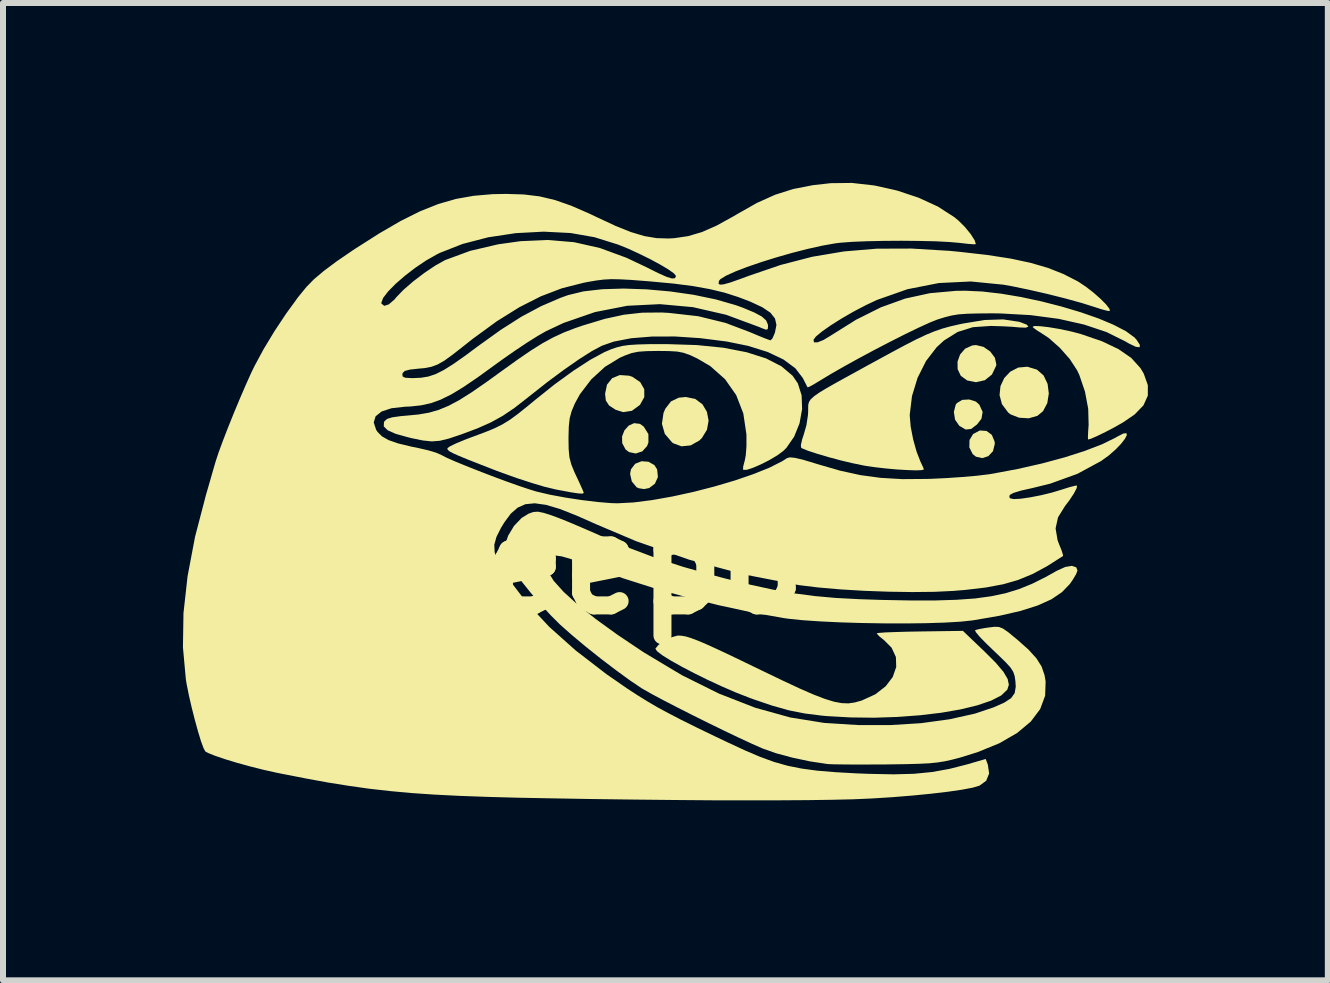
<source format=kicad_pcb>
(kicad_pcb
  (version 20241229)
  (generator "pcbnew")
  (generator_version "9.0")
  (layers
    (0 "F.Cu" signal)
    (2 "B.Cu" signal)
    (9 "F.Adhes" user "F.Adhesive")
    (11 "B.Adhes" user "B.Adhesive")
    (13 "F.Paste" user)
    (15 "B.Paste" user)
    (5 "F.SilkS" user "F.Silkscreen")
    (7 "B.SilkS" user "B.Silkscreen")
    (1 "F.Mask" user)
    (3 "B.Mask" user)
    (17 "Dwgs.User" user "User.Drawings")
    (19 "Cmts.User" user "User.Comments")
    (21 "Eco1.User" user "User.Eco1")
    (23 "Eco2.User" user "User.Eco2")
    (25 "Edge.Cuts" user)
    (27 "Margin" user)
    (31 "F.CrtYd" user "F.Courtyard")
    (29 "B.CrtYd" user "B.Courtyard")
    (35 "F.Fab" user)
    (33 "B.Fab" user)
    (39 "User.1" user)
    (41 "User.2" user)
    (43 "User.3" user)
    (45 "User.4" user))
  (footprint "Peepo"
    (layer "F.Cu")
    (at 6.959 6.365)
    (property "Reference" "Peepo" (at 0 0 0) (layer "F.SilkS") (effects (font (size 1.5 1.5) (thickness 0.3))))
    (attr board_only exclude_from_pos_files exclude_from_bom)
    (fp_poly (pts (xy 6.438 -2.23) (xy 6.527 -2.165) (xy 6.574 -2.052) (xy 6.576 -2.012) (xy 6.546 -1.892) (xy 6.469 -1.81) (xy 6.368 -1.777) (xy 6.262 -1.801) (xy 6.208 -1.844) (xy 6.152 -1.956) (xy 6.155 -2.079) (xy 6.215 -2.179) (xy 6.327 -2.238)) (stroke (width 0) (type solid)) (fill yes) (layer "F.SilkS"))
    (fp_poly (pts (xy 0.661 -2.348) (xy 0.723 -2.303) (xy 0.801 -2.178) (xy 0.802 -2.039) (xy 0.78 -1.979) (xy 0.7 -1.89) (xy 0.59 -1.854) (xy 0.478 -1.878) (xy 0.421 -1.921) (xy 0.365 -2.026) (xy 0.362 -2.137) (xy 0.402 -2.24) (xy 0.473 -2.319) (xy 0.563 -2.36)) (stroke (width 0) (type solid)) (fill yes) (layer "F.SilkS"))
    (fp_poly (pts (xy 0.802 -1.717) (xy 0.901 -1.661) (xy 0.947 -1.589) (xy 0.96 -1.462) (xy 0.91 -1.351) (xy 0.814 -1.278) (xy 0.729 -1.261) (xy 0.641 -1.275) (xy 0.606 -1.29) (xy 0.525 -1.387) (xy 0.496 -1.514) (xy 0.511 -1.591) (xy 0.581 -1.683) (xy 0.687 -1.725)) (stroke (width 0) (type solid)) (fill yes) (layer "F.SilkS"))
    (fp_poly (pts (xy 6.261 -2.72) (xy 6.318 -2.669) (xy 6.374 -2.547) (xy 6.354 -2.434) (xy 6.283 -2.341) (xy 6.182 -2.263) (xy 6.091 -2.254) (xy 5.989 -2.313) (xy 5.984 -2.317) (xy 5.914 -2.418) (xy 5.894 -2.547) (xy 5.925 -2.668) (xy 5.945 -2.695) (xy 6.033 -2.748) (xy 6.15 -2.755)) (stroke (width 0) (type solid)) (fill yes) (layer "F.SilkS"))
    (fp_poly (pts (xy 0.48 -3.151) (xy 0.535 -3.132) (xy 0.665 -3.044) (xy 0.732 -2.926) (xy 0.733 -2.795) (xy 0.662 -2.667) (xy 0.66 -2.664) (xy 0.526 -2.566) (xy 0.379 -2.544) (xy 0.255 -2.583) (xy 0.145 -2.655) (xy 0.092 -2.737) (xy 0.079 -2.848) (xy 0.111 -3.002) (xy 0.197 -3.11) (xy 0.325 -3.162)) (stroke (width 0) (type solid)) (fill yes) (layer "F.SilkS"))
    (fp_poly (pts (xy 6.388 -3.632) (xy 6.5 -3.555) (xy 6.578 -3.451) (xy 6.602 -3.34) (xy 6.599 -3.317) (xy 6.529 -3.171) (xy 6.411 -3.076) (xy 6.262 -3.043) (xy 6.116 -3.072) (xy 6.01 -3.149) (xy 5.957 -3.26) (xy 5.955 -3.385) (xy 5.998 -3.505) (xy 6.082 -3.602) (xy 6.202 -3.656) (xy 6.263 -3.662)) (stroke (width 0) (type solid)) (fill yes) (layer "F.SilkS"))
    (fp_poly (pts (xy 1.583 -2.763) (xy 1.702 -2.675) (xy 1.777 -2.549) (xy 1.805 -2.402) (xy 1.778 -2.251) (xy 1.693 -2.112) (xy 1.65 -2.07) (xy 1.505 -1.989) (xy 1.353 -1.974) (xy 1.215 -2.025) (xy 1.196 -2.039) (xy 1.075 -2.181) (xy 1.027 -2.349) (xy 1.053 -2.529) (xy 1.083 -2.6) (xy 1.178 -2.723) (xy 1.308 -2.785) (xy 1.426 -2.796)) (stroke (width 0) (type solid)) (fill yes) (layer "F.SilkS"))
    (fp_poly (pts (xy 7.28 -3.252) (xy 7.391 -3.154) (xy 7.457 -3.014) (xy 7.477 -2.854) (xy 7.452 -2.695) (xy 7.381 -2.56) (xy 7.287 -2.482) (xy 7.142 -2.441) (xy 6.98 -2.451) (xy 6.838 -2.507) (xy 6.8 -2.537) (xy 6.696 -2.676) (xy 6.656 -2.827) (xy 6.671 -2.977) (xy 6.734 -3.112) (xy 6.835 -3.219) (xy 6.967 -3.287) (xy 7.119 -3.301)) (stroke (width 0) (type solid)) (fill yes) (layer "F.SilkS"))
    (fp_poly (pts (xy 7.337 -3.976) (xy 7.475 -3.96) (xy 7.638 -3.933) (xy 7.809 -3.898) (xy 7.972 -3.857) (xy 8.014 -3.845) (xy 8.364 -3.725) (xy 8.641 -3.593) (xy 8.853 -3.446) (xy 9.004 -3.279) (xy 9.059 -3.188) (xy 9.128 -2.994) (xy 9.128 -2.819) (xy 9.055 -2.657) (xy 8.907 -2.504) (xy 8.718 -2.375) (xy 8.573 -2.292) (xy 8.422 -2.213) (xy 8.286 -2.147) (xy 8.182 -2.101) (xy 8.132 -2.087) (xy 8.129 -2.123) (xy 8.133 -2.216) (xy 8.141 -2.333) (xy 8.134 -2.599) (xy 8.08 -2.886) (xy 7.987 -3.16) (xy 7.949 -3.241) (xy 7.827 -3.428) (xy 7.661 -3.616) (xy 7.478 -3.778) (xy 7.376 -3.846) (xy 7.279 -3.907) (xy 7.217 -3.953) (xy 7.207 -3.967) (xy 7.242 -3.98)) (stroke (width 0) (type solid)) (fill yes) (layer "F.SilkS"))
    (fp_poly (pts (xy 6.976 -4.051) (xy 7.006 -4.042) (xy 7.11 -4.002) (xy 7.137 -3.969) (xy 7.092 -3.952) (xy 6.979 -3.956) (xy 6.966 -3.958) (xy 6.862 -3.967) (xy 6.709 -3.975) (xy 6.538 -3.98) (xy 6.511 -3.981) (xy 6.211 -3.96) (xy 5.956 -3.88) (xy 5.728 -3.737) (xy 5.608 -3.627) (xy 5.43 -3.396) (xy 5.289 -3.116) (xy 5.196 -2.811) (xy 5.159 -2.505) (xy 5.159 -2.481) (xy 5.174 -2.302) (xy 5.215 -2.091) (xy 5.273 -1.883) (xy 5.338 -1.717) (xy 5.338 -1.717) (xy 5.377 -1.634) (xy 5.395 -1.59) (xy 5.395 -1.589) (xy 5.359 -1.577) (xy 5.26 -1.573) (xy 5.117 -1.578) (xy 4.943 -1.588) (xy 4.757 -1.605) (xy 4.574 -1.626) (xy 4.411 -1.65) (xy 4.391 -1.654) (xy 4.21 -1.691) (xy 4.008 -1.739) (xy 3.803 -1.794) (xy 3.614 -1.85) (xy 3.461 -1.9) (xy 3.362 -1.941) (xy 3.349 -1.948) (xy 3.343 -1.993) (xy 3.364 -2.087) (xy 3.39 -2.166) (xy 3.436 -2.326) (xy 3.462 -2.498) (xy 3.465 -2.56) (xy 3.465 -2.621) (xy 3.467 -2.671) (xy 3.48 -2.716) (xy 3.51 -2.76) (xy 3.565 -2.81) (xy 3.651 -2.87) (xy 3.776 -2.946) (xy 3.946 -3.042) (xy 4.169 -3.165) (xy 4.451 -3.32) (xy 4.548 -3.373) (xy 4.842 -3.533) (xy 5.079 -3.66) (xy 5.272 -3.759) (xy 5.431 -3.834) (xy 5.57 -3.891) (xy 5.7 -3.936) (xy 5.833 -3.973) (xy 5.981 -4.007) (xy 6.042 -4.02) (xy 6.406 -4.08) (xy 6.715 -4.09)) (stroke (width 0) (type solid)) (fill yes) (layer "F.SilkS"))
    (fp_poly (pts (xy 6.406 1.448) (xy 6.593 1.635) (xy 6.72 1.785) (xy 6.791 1.905) (xy 6.811 2.002) (xy 6.785 2.083) (xy 6.685 2.179) (xy 6.516 2.266) (xy 6.287 2.344) (xy 6.007 2.412) (xy 5.685 2.468) (xy 5.331 2.51) (xy 4.954 2.538) (xy 4.564 2.551) (xy 4.168 2.546) (xy 3.777 2.524) (xy 3.69 2.516) (xy 3.412 2.481) (xy 3.148 2.429) (xy 2.873 2.352) (xy 2.56 2.246) (xy 2.481 2.217) (xy 2.261 2.131) (xy 2.028 2.03) (xy 1.792 1.921) (xy 1.564 1.808) (xy 1.355 1.699) (xy 1.175 1.598) (xy 1.035 1.511) (xy 0.946 1.443) (xy 0.918 1.4) (xy 0.918 1.399) (xy 0.969 1.337) (xy 1.066 1.269) (xy 1.18 1.212) (xy 1.282 1.183) (xy 1.3 1.181) (xy 1.36 1.185) (xy 1.427 1.197) (xy 1.512 1.223) (xy 1.621 1.264) (xy 1.763 1.324) (xy 1.946 1.407) (xy 2.178 1.516) (xy 2.466 1.655) (xy 2.698 1.767) (xy 3.041 1.932) (xy 3.324 2.064) (xy 3.555 2.165) (xy 3.743 2.237) (xy 3.896 2.284) (xy 4.024 2.308) (xy 4.136 2.312) (xy 4.24 2.297) (xy 4.346 2.268) (xy 4.361 2.263) (xy 4.586 2.16) (xy 4.758 2.026) (xy 4.875 1.872) (xy 4.933 1.706) (xy 4.928 1.54) (xy 4.856 1.384) (xy 4.729 1.257) (xy 4.651 1.194) (xy 4.61 1.15) (xy 4.608 1.144) (xy 4.645 1.137) (xy 4.749 1.129) (xy 4.907 1.123) (xy 5.107 1.117) (xy 5.326 1.113) (xy 6.045 1.103)) (stroke (width 0) (type solid)) (fill yes) (layer "F.SilkS"))
    (fp_poly (pts (xy 1.608 -3.662) (xy 2.055 -3.617) (xy 2.441 -3.542) (xy 2.764 -3.439) (xy 3.019 -3.308) (xy 3.205 -3.151) (xy 3.293 -3.023) (xy 3.356 -2.823) (xy 3.364 -2.594) (xy 3.321 -2.357) (xy 3.231 -2.134) (xy 3.101 -1.947) (xy 3.049 -1.896) (xy 2.95 -1.823) (xy 2.821 -1.746) (xy 2.682 -1.675) (xy 2.55 -1.618) (xy 2.445 -1.583) (xy 2.385 -1.581) (xy 2.381 -1.583) (xy 2.38 -1.629) (xy 2.402 -1.716) (xy 2.406 -1.727) (xy 2.425 -1.826) (xy 2.436 -1.974) (xy 2.436 -2.143) (xy 2.435 -2.176) (xy 2.384 -2.521) (xy 2.265 -2.828) (xy 2.08 -3.092) (xy 1.833 -3.311) (xy 1.62 -3.436) (xy 1.493 -3.496) (xy 1.388 -3.533) (xy 1.279 -3.554) (xy 1.141 -3.562) (xy 0.966 -3.564) (xy 0.773 -3.561) (xy 0.633 -3.551) (xy 0.52 -3.528) (xy 0.408 -3.487) (xy 0.326 -3.451) (xy 0.077 -3.299) (xy -0.152 -3.089) (xy -0.341 -2.841) (xy -0.425 -2.688) (xy -0.479 -2.559) (xy -0.511 -2.441) (xy -0.526 -2.303) (xy -0.531 -2.117) (xy -0.531 -2.107) (xy -0.528 -1.925) (xy -0.515 -1.79) (xy -0.485 -1.674) (xy -0.433 -1.546) (xy -0.403 -1.482) (xy -0.342 -1.351) (xy -0.297 -1.251) (xy -0.276 -1.199) (xy -0.276 -1.197) (xy -0.298 -1.185) (xy -0.371 -1.189) (xy -0.503 -1.209) (xy -0.7 -1.246) (xy -0.768 -1.26) (xy -0.932 -1.3) (xy -1.146 -1.364) (xy -1.386 -1.442) (xy -1.63 -1.529) (xy -1.733 -1.567) (xy -2.002 -1.672) (xy -2.206 -1.752) (xy -2.354 -1.813) (xy -2.453 -1.857) (xy -2.514 -1.89) (xy -2.543 -1.914) (xy -2.55 -1.935) (xy -2.548 -1.944) (xy -2.508 -1.973) (xy -2.409 -2.021) (xy -2.268 -2.08) (xy -2.144 -2.127) (xy -1.932 -2.206) (xy -1.767 -2.273) (xy -1.632 -2.34) (xy -1.505 -2.418) (xy -1.368 -2.519) (xy -1.2 -2.654) (xy -1.097 -2.739) (xy -0.763 -3.006) (xy -0.452 -3.232) (xy -0.172 -3.414) (xy 0.068 -3.544) (xy 0.185 -3.594) (xy 0.278 -3.625) (xy 0.372 -3.648) (xy 0.481 -3.663) (xy 0.621 -3.672) (xy 0.807 -3.677) (xy 1.054 -3.678) (xy 1.103 -3.678)) (stroke (width 0) (type solid)) (fill yes) (layer "F.SilkS"))
    (fp_poly (pts (xy -0.942 -0.864) (xy -0.817 -0.824) (xy -0.692 -0.778) (xy -0.516 -0.707) (xy -0.309 -0.619) (xy -0.09 -0.524) (xy -0.007 -0.487) (xy 0.447 -0.292) (xy 0.901 -0.121) (xy 1.379 0.035) (xy 1.904 0.183) (xy 2.087 0.231) (xy 2.508 0.335) (xy 2.881 0.416) (xy 3.226 0.477) (xy 3.567 0.522) (xy 3.924 0.554) (xy 4.321 0.575) (xy 4.686 0.587) (xy 5.169 0.596) (xy 5.583 0.596) (xy 5.938 0.585) (xy 6.246 0.563) (xy 6.516 0.526) (xy 6.758 0.475) (xy 6.982 0.406) (xy 7.199 0.318) (xy 7.418 0.209) (xy 7.609 0.102) (xy 7.75 0.038) (xy 7.862 0.019) (xy 7.935 0.044) (xy 7.955 0.098) (xy 7.932 0.158) (xy 7.875 0.253) (xy 7.827 0.322) (xy 7.697 0.457) (xy 7.522 0.576) (xy 7.294 0.679) (xy 7.008 0.77) (xy 6.656 0.851) (xy 6.233 0.924) (xy 6.201 0.929) (xy 6.003 0.95) (xy 5.742 0.965) (xy 5.432 0.975) (xy 5.087 0.979) (xy 4.723 0.978) (xy 4.355 0.972) (xy 3.996 0.961) (xy 3.663 0.945) (xy 3.369 0.925) (xy 3.13 0.9) (xy 3.052 0.889) (xy 2.526 0.795) (xy 1.976 0.676) (xy 1.422 0.538) (xy 0.884 0.387) (xy 0.384 0.228) (xy -0.059 0.067) (xy -0.066 0.064) (xy -0.317 -0.033) (xy -0.506 -0.1) (xy -0.644 -0.139) (xy -0.742 -0.152) (xy -0.81 -0.142) (xy -0.858 -0.111) (xy -0.858 -0.11) (xy -0.902 -0.015) (xy -0.875 0.111) (xy -0.779 0.267) (xy -0.613 0.452) (xy -0.38 0.664) (xy -0.08 0.903) (xy 0.285 1.167) (xy 0.714 1.455) (xy 0.73 1.465) (xy 1.358 1.841) (xy 1.976 2.148) (xy 2.58 2.384) (xy 3.167 2.547) (xy 3.734 2.638) (xy 3.738 2.638) (xy 4.292 2.673) (xy 4.832 2.674) (xy 5.346 2.642) (xy 5.822 2.577) (xy 6.247 2.482) (xy 6.557 2.378) (xy 6.735 2.299) (xy 6.848 2.225) (xy 6.908 2.141) (xy 6.926 2.034) (xy 6.92 1.94) (xy 6.908 1.857) (xy 6.884 1.786) (xy 6.839 1.715) (xy 6.761 1.629) (xy 6.641 1.512) (xy 6.557 1.432) (xy 6.427 1.307) (xy 6.325 1.202) (xy 6.262 1.126) (xy 6.247 1.093) (xy 6.247 1.092) (xy 6.303 1.076) (xy 6.409 1.056) (xy 6.479 1.046) (xy 6.574 1.035) (xy 6.646 1.038) (xy 6.714 1.065) (xy 6.799 1.124) (xy 6.919 1.223) (xy 6.951 1.249) (xy 7.14 1.417) (xy 7.271 1.562) (xy 7.357 1.698) (xy 7.406 1.841) (xy 7.424 1.947) (xy 7.416 2.184) (xy 7.333 2.407) (xy 7.176 2.616) (xy 6.948 2.806) (xy 6.652 2.977) (xy 6.29 3.125) (xy 5.997 3.216) (xy 5.862 3.251) (xy 5.741 3.278) (xy 5.62 3.297) (xy 5.483 3.311) (xy 5.316 3.319) (xy 5.103 3.325) (xy 4.829 3.329) (xy 4.765 3.33) (xy 4.506 3.331) (xy 4.265 3.332) (xy 4.057 3.33) (xy 3.896 3.328) (xy 3.796 3.324) (xy 3.78 3.322) (xy 3.495 3.279) (xy 3.203 3.217) (xy 2.932 3.144) (xy 2.71 3.066) (xy 2.698 3.061) (xy 2.526 2.985) (xy 2.31 2.885) (xy 2.063 2.767) (xy 1.801 2.639) (xy 1.535 2.507) (xy 1.281 2.378) (xy 1.052 2.26) (xy 0.861 2.158) (xy 0.723 2.08) (xy 0.687 2.059) (xy 0.493 1.928) (xy 0.261 1.759) (xy 0.009 1.567) (xy -0.242 1.367) (xy -0.473 1.174) (xy -0.665 1.004) (xy -0.679 0.991) (xy -0.832 0.838) (xy -0.994 0.662) (xy -1.156 0.474) (xy -1.306 0.287) (xy -1.434 0.115) (xy -1.532 -0.031) (xy -1.588 -0.137) (xy -1.596 -0.161) (xy -1.594 -0.315) (xy -1.537 -0.484) (xy -1.439 -0.647) (xy -1.312 -0.78) (xy -1.196 -0.851) (xy -1.115 -0.879) (xy -1.04 -0.884)) (stroke (width 0) (type solid)) (fill yes) (layer "F.SilkS"))
    (fp_poly (pts (xy 4.568 -6.323) (xy 4.944 -6.239) (xy 5.303 -6.12) (xy 5.628 -5.971) (xy 5.9 -5.796) (xy 5.968 -5.74) (xy 6.079 -5.63) (xy 6.175 -5.512) (xy 6.241 -5.408) (xy 6.261 -5.345) (xy 6.226 -5.342) (xy 6.132 -5.349) (xy 6 -5.364) (xy 5.996 -5.365) (xy 5.821 -5.38) (xy 5.589 -5.392) (xy 5.318 -5.398) (xy 5.026 -5.401) (xy 4.73 -5.399) (xy 4.448 -5.393) (xy 4.199 -5.383) (xy 4.001 -5.368) (xy 3.918 -5.358) (xy 3.698 -5.319) (xy 3.452 -5.264) (xy 3.191 -5.197) (xy 2.929 -5.122) (xy 2.677 -5.043) (xy 2.446 -4.964) (xy 2.249 -4.888) (xy 2.097 -4.819) (xy 2.003 -4.762) (xy 1.979 -4.734) (xy 1.97 -4.689) (xy 1.992 -4.669) (xy 2.055 -4.674) (xy 2.167 -4.705) (xy 2.337 -4.765) (xy 2.469 -4.814) (xy 3.007 -4.998) (xy 3.532 -5.134) (xy 4.061 -5.223) (xy 4.608 -5.269) (xy 5.189 -5.271) (xy 5.819 -5.233) (xy 5.995 -5.216) (xy 6.451 -5.164) (xy 6.84 -5.104) (xy 7.173 -5.033) (xy 7.461 -4.949) (xy 7.717 -4.848) (xy 7.951 -4.729) (xy 7.978 -4.713) (xy 8.096 -4.634) (xy 8.22 -4.538) (xy 8.336 -4.436) (xy 8.43 -4.342) (xy 8.487 -4.268) (xy 8.496 -4.23) (xy 8.453 -4.233) (xy 8.358 -4.258) (xy 8.247 -4.294) (xy 8.028 -4.363) (xy 7.756 -4.438) (xy 7.454 -4.514) (xy 7.147 -4.584) (xy 6.859 -4.644) (xy 6.716 -4.669) (xy 6.178 -4.722) (xy 5.644 -4.696) (xy 5.12 -4.593) (xy 4.611 -4.414) (xy 4.43 -4.329) (xy 4.222 -4.22) (xy 4.021 -4.104) (xy 3.842 -3.991) (xy 3.695 -3.888) (xy 3.594 -3.804) (xy 3.554 -3.751) (xy 3.562 -3.708) (xy 3.623 -3.708) (xy 3.721 -3.747) (xy 3.832 -3.814) (xy 4.265 -4.085) (xy 4.677 -4.291) (xy 5.082 -4.437) (xy 5.495 -4.527) (xy 5.93 -4.566) (xy 6.083 -4.568) (xy 6.367 -4.555) (xy 6.681 -4.519) (xy 7.014 -4.463) (xy 7.355 -4.39) (xy 7.691 -4.304) (xy 8.012 -4.208) (xy 8.305 -4.106) (xy 8.559 -3.999) (xy 8.763 -3.893) (xy 8.904 -3.79) (xy 8.939 -3.752) (xy 8.995 -3.665) (xy 8.991 -3.625) (xy 8.928 -3.633) (xy 8.811 -3.689) (xy 8.751 -3.724) (xy 8.441 -3.878) (xy 8.068 -4.003) (xy 7.642 -4.099) (xy 7.174 -4.161) (xy 6.676 -4.189) (xy 6.537 -4.191) (xy 6.296 -4.189) (xy 6.115 -4.184) (xy 5.975 -4.174) (xy 5.857 -4.155) (xy 5.743 -4.126) (xy 5.614 -4.086) (xy 5.612 -4.085) (xy 5.485 -4.034) (xy 5.304 -3.951) (xy 5.081 -3.843) (xy 4.832 -3.717) (xy 4.568 -3.58) (xy 4.305 -3.439) (xy 4.054 -3.3) (xy 3.831 -3.172) (xy 3.651 -3.063) (xy 3.548 -3.001) (xy 3.476 -2.963) (xy 3.454 -2.958) (xy 3.433 -3) (xy 3.39 -3.084) (xy 3.376 -3.112) (xy 3.251 -3.275) (xy 3.054 -3.421) (xy 2.791 -3.546) (xy 2.466 -3.648) (xy 2.107 -3.721) (xy 1.668 -3.777) (xy 1.249 -3.805) (xy 0.861 -3.804) (xy 0.516 -3.776) (xy 0.225 -3.72) (xy 0.027 -3.651) (xy -0.142 -3.561) (xy -0.357 -3.424) (xy -0.611 -3.247) (xy -0.891 -3.039) (xy -1.188 -2.805) (xy -1.219 -2.78) (xy -1.433 -2.613) (xy -1.627 -2.482) (xy -1.823 -2.374) (xy -2.047 -2.274) (xy -2.322 -2.171) (xy -2.34 -2.165) (xy -2.529 -2.102) (xy -2.677 -2.066) (xy -2.81 -2.056) (xy -2.956 -2.071) (xy -3.143 -2.109) (xy -3.204 -2.124) (xy -3.413 -2.182) (xy -3.547 -2.242) (xy -3.611 -2.307) (xy -3.607 -2.377) (xy -3.598 -2.393) (xy -3.555 -2.431) (xy -3.47 -2.457) (xy -3.329 -2.477) (xy -3.225 -2.486) (xy -3.03 -2.505) (xy -2.856 -2.535) (xy -2.693 -2.582) (xy -2.527 -2.651) (xy -2.346 -2.748) (xy -2.139 -2.879) (xy -1.892 -3.05) (xy -1.657 -3.22) (xy -1.384 -3.416) (xy -1.158 -3.571) (xy -0.963 -3.693) (xy -0.785 -3.79) (xy -0.608 -3.872) (xy -0.418 -3.945) (xy -0.283 -3.991) (xy 0.075 -4.099) (xy 0.393 -4.168) (xy 0.699 -4.202) (xy 1.02 -4.205) (xy 1.147 -4.198) (xy 1.632 -4.143) (xy 2.085 -4.032) (xy 2.488 -3.88) (xy 2.635 -3.818) (xy 2.754 -3.77) (xy 2.826 -3.744) (xy 2.839 -3.741) (xy 2.87 -3.774) (xy 2.906 -3.857) (xy 2.912 -3.874) (xy 2.936 -3.998) (xy 2.912 -4.105) (xy 2.835 -4.202) (xy 2.698 -4.294) (xy 2.495 -4.388) (xy 2.298 -4.463) (xy 2.07 -4.536) (xy 1.824 -4.595) (xy 1.546 -4.645) (xy 1.221 -4.687) (xy 0.833 -4.723) (xy 0.76 -4.729) (xy 0.516 -4.748) (xy 0.33 -4.758) (xy 0.183 -4.761) (xy 0.056 -4.754) (xy -0.07 -4.738) (xy -0.216 -4.713) (xy -0.285 -4.699) (xy -0.64 -4.609) (xy -0.991 -4.475) (xy -1.35 -4.293) (xy -1.727 -4.058) (xy -2.131 -3.763) (xy -2.284 -3.642) (xy -2.464 -3.501) (xy -2.601 -3.402) (xy -2.713 -3.338) (xy -2.816 -3.3) (xy -2.927 -3.278) (xy -3.03 -3.269) (xy -3.175 -3.253) (xy -3.259 -3.231) (xy -3.295 -3.197) (xy -3.301 -3.18) (xy -3.296 -3.138) (xy -3.252 -3.117) (xy -3.148 -3.111) (xy -3.124 -3.111) (xy -2.99 -3.117) (xy -2.868 -3.137) (xy -2.745 -3.178) (xy -2.61 -3.246) (xy -2.449 -3.347) (xy -2.25 -3.487) (xy -2.043 -3.641) (xy -1.661 -3.915) (xy -1.314 -4.136) (xy -0.986 -4.311) (xy -0.663 -4.45) (xy -0.537 -4.495) (xy -0.282 -4.557) (xy 0.032 -4.593) (xy 0.388 -4.604) (xy 0.771 -4.591) (xy 1.165 -4.556) (xy 1.555 -4.5) (xy 1.925 -4.423) (xy 2.259 -4.327) (xy 2.373 -4.286) (xy 2.565 -4.206) (xy 2.692 -4.138) (xy 2.765 -4.072) (xy 2.794 -4.002) (xy 2.796 -3.974) (xy 2.791 -3.928) (xy 2.763 -3.918) (xy 2.692 -3.944) (xy 2.648 -3.963) (xy 2.097 -4.167) (xy 1.544 -4.294) (xy 0.993 -4.344) (xy 0.448 -4.317) (xy -0.089 -4.212) (xy -0.615 -4.03) (xy -0.906 -3.893) (xy -1.039 -3.817) (xy -1.218 -3.705) (xy -1.422 -3.569) (xy -1.634 -3.421) (xy -1.761 -3.329) (xy -2.047 -3.122) (xy -2.284 -2.961) (xy -2.485 -2.839) (xy -2.662 -2.752) (xy -2.825 -2.693) (xy -2.989 -2.657) (xy -3.164 -2.638) (xy -3.256 -2.634) (xy -3.481 -2.609) (xy -3.646 -2.555) (xy -3.747 -2.474) (xy -3.778 -2.371) (xy -3.738 -2.249) (xy -3.713 -2.212) (xy -3.639 -2.139) (xy -3.53 -2.077) (xy -3.371 -2.022) (xy -3.152 -1.969) (xy -3.034 -1.945) (xy -2.877 -1.909) (xy -2.739 -1.868) (xy -2.65 -1.829) (xy -2.646 -1.827) (xy -2.567 -1.786) (xy -2.429 -1.725) (xy -2.247 -1.65) (xy -2.035 -1.566) (xy -1.809 -1.479) (xy -1.584 -1.395) (xy -1.374 -1.32) (xy -1.196 -1.26) (xy -1.063 -1.219) (xy -1.061 -1.219) (xy -0.844 -1.168) (xy -0.586 -1.12) (xy -0.312 -1.078) (xy -0.049 -1.046) (xy 0.179 -1.027) (xy 0.287 -1.024) (xy 0.553 -1.038) (xy 0.862 -1.077) (xy 1.2 -1.137) (xy 1.553 -1.214) (xy 1.906 -1.305) (xy 2.245 -1.405) (xy 2.556 -1.512) (xy 2.824 -1.62) (xy 3.035 -1.727) (xy 3.112 -1.777) (xy 3.159 -1.79) (xy 3.242 -1.782) (xy 3.373 -1.752) (xy 3.563 -1.695) (xy 3.624 -1.676) (xy 3.993 -1.569) (xy 4.334 -1.494) (xy 4.673 -1.448) (xy 5.035 -1.427) (xy 5.444 -1.43) (xy 5.513 -1.432) (xy 5.768 -1.444) (xy 6.03 -1.462) (xy 6.274 -1.483) (xy 6.474 -1.507) (xy 6.537 -1.517) (xy 6.958 -1.596) (xy 7.364 -1.688) (xy 7.742 -1.79) (xy 8.079 -1.898) (xy 8.365 -2.008) (xy 8.586 -2.116) (xy 8.616 -2.134) (xy 8.719 -2.187) (xy 8.771 -2.193) (xy 8.778 -2.161) (xy 8.747 -2.1) (xy 8.683 -2.017) (xy 8.592 -1.922) (xy 8.479 -1.823) (xy 8.351 -1.73) (xy 7.956 -1.516) (xy 7.503 -1.352) (xy 7.207 -1.279) (xy 7.012 -1.235) (xy 6.888 -1.197) (xy 6.826 -1.163) (xy 6.818 -1.127) (xy 6.834 -1.106) (xy 6.893 -1.094) (xy 7.009 -1.1) (xy 7.166 -1.123) (xy 7.346 -1.158) (xy 7.531 -1.203) (xy 7.699 -1.254) (xy 7.823 -1.293) (xy 7.913 -1.316) (xy 7.948 -1.32) (xy 7.941 -1.275) (xy 7.895 -1.187) (xy 7.819 -1.072) (xy 7.748 -0.979) (xy 7.631 -0.791) (xy 7.59 -0.605) (xy 7.623 -0.41) (xy 7.647 -0.345) (xy 7.691 -0.237) (xy 7.713 -0.164) (xy 7.714 -0.145) (xy 7.452 0.022) (xy 7.211 0.153) (xy 6.971 0.252) (xy 6.716 0.326) (xy 6.427 0.38) (xy 6.087 0.42) (xy 5.885 0.437) (xy 5.571 0.452) (xy 5.204 0.456) (xy 4.804 0.45) (xy 4.394 0.435) (xy 3.995 0.411) (xy 3.629 0.379) (xy 3.317 0.341) (xy 3.288 0.336) (xy 2.379 0.159) (xy 1.477 -0.085) (xy 0.602 -0.39) (xy -0.059 -0.67) (xy -0.398 -0.82) (xy -0.677 -0.93) (xy -0.907 -0.998) (xy -1.094 -1.024) (xy -1.249 -1.009) (xy -1.379 -0.951) (xy -1.493 -0.851) (xy -1.599 -0.708) (xy -1.656 -0.615) (xy -1.732 -0.464) (xy -1.768 -0.334) (xy -1.762 -0.206) (xy -1.711 -0.064) (xy -1.612 0.11) (xy -1.529 0.237) (xy -1.223 0.639) (xy -0.853 1.035) (xy -0.413 1.428) (xy 0.098 1.822) (xy 0.453 2.068) (xy 0.619 2.176) (xy 0.78 2.276) (xy 0.947 2.374) (xy 1.132 2.474) (xy 1.346 2.585) (xy 1.602 2.712) (xy 1.91 2.861) (xy 2.127 2.964) (xy 2.414 3.097) (xy 2.665 3.204) (xy 2.896 3.288) (xy 3.122 3.352) (xy 3.357 3.399) (xy 3.617 3.434) (xy 3.918 3.459) (xy 4.274 3.479) (xy 4.489 3.487) (xy 4.887 3.495) (xy 5.228 3.486) (xy 5.533 3.456) (xy 5.821 3.404) (xy 6.111 3.33) (xy 6.425 3.239) (xy 6.461 3.335) (xy 6.482 3.481) (xy 6.433 3.602) (xy 6.321 3.684) (xy 6.209 3.717) (xy 6.03 3.751) (xy 5.795 3.785) (xy 5.515 3.818) (xy 5.201 3.849) (xy 4.866 3.876) (xy 4.519 3.898) (xy 4.489 3.899) (xy 4.218 3.911) (xy 3.873 3.919) (xy 3.46 3.925) (xy 2.986 3.928) (xy 2.456 3.929) (xy 1.874 3.928) (xy 1.247 3.923) (xy 0.581 3.916) (xy -0.119 3.907) (xy -0.768 3.896) (xy -1.358 3.885) (xy -1.881 3.871) (xy -2.346 3.854) (xy -2.765 3.833) (xy -3.148 3.807) (xy -3.507 3.774) (xy -3.852 3.735) (xy -4.193 3.687) (xy -4.543 3.631) (xy -4.91 3.564) (xy -5.307 3.486) (xy -5.403 3.467) (xy -5.613 3.42) (xy -5.835 3.364) (xy -6.054 3.304) (xy -6.255 3.243) (xy -6.422 3.186) (xy -6.54 3.139) (xy -6.586 3.113) (xy -6.616 3.057) (xy -6.659 2.94) (xy -6.708 2.778) (xy -6.761 2.586) (xy -6.813 2.381) (xy -6.86 2.177) (xy -6.897 1.992) (xy -6.911 1.905) (xy -6.959 1.376) (xy -6.95 0.807) (xy -6.882 0.194) (xy -6.757 -0.466) (xy -6.572 -1.175) (xy -6.57 -1.181) (xy -6.516 -1.367) (xy -6.467 -1.538) (xy -6.428 -1.673) (xy -6.41 -1.733) (xy -6.366 -1.867) (xy -6.297 -2.055) (xy -6.21 -2.28) (xy -6.112 -2.524) (xy -6.01 -2.769) (xy -5.911 -2.998) (xy -5.823 -3.194) (xy -5.768 -3.308) (xy -5.615 -3.592) (xy -5.433 -3.893) (xy -5.238 -4.187) (xy -5.106 -4.368) (xy -3.651 -4.368) (xy -3.649 -4.353) (xy -3.603 -4.316) (xy -3.527 -4.34) (xy -3.434 -4.42) (xy -3.4 -4.461) (xy -3.284 -4.581) (xy -3.123 -4.721) (xy -2.938 -4.862) (xy -2.754 -4.986) (xy -2.593 -5.076) (xy -2.579 -5.082) (xy -2.169 -5.233) (xy -1.703 -5.342) (xy -1.331 -5.394) (xy -0.873 -5.414) (xy -0.437 -5.377) (xy -0.007 -5.28) (xy 0.434 -5.118) (xy 0.762 -4.963) (xy 0.962 -4.863) (xy 1.103 -4.8) (xy 1.194 -4.772) (xy 1.243 -4.776) (xy 1.26 -4.809) (xy 1.26 -4.817) (xy 1.226 -4.858) (xy 1.134 -4.923) (xy 0.998 -5.004) (xy 0.832 -5.094) (xy 0.649 -5.184) (xy 0.464 -5.269) (xy 0.296 -5.337) (xy -0.097 -5.46) (xy -0.496 -5.53) (xy -0.93 -5.552) (xy -0.938 -5.553) (xy -1.409 -5.528) (xy -1.868 -5.459) (xy -2.296 -5.348) (xy -2.673 -5.2) (xy -2.722 -5.176) (xy -2.903 -5.073) (xy -3.086 -4.95) (xy -3.26 -4.816) (xy -3.415 -4.681) (xy -3.539 -4.555) (xy -3.622 -4.447) (xy -3.651 -4.368) (xy -5.106 -4.368) (xy -5.046 -4.452) (xy -4.9 -4.631) (xy -4.775 -4.759) (xy -4.61 -4.898) (xy -4.397 -5.057) (xy -4.124 -5.244) (xy -4.086 -5.269) (xy -3.685 -5.524) (xy -3.329 -5.731) (xy -3.006 -5.892) (xy -2.703 -6.013) (xy -2.409 -6.098) (xy -2.11 -6.151) (xy -1.795 -6.178) (xy -1.569 -6.182) (xy -1.277 -6.173) (xy -1.013 -6.141) (xy -0.757 -6.08) (xy -0.487 -5.986) (xy -0.182 -5.853) (xy -0.054 -5.792) (xy 0.253 -5.649) (xy 0.51 -5.546) (xy 0.733 -5.479) (xy 0.936 -5.445) (xy 1.134 -5.439) (xy 1.232 -5.444) (xy 1.463 -5.478) (xy 1.694 -5.546) (xy 1.941 -5.655) (xy 2.222 -5.81) (xy 2.281 -5.845) (xy 2.611 -6.032) (xy 2.914 -6.168) (xy 3.216 -6.264) (xy 3.545 -6.328) (xy 3.84 -6.361) (xy 4.194 -6.365)) (stroke (width 0) (type solid)) (fill yes) (layer "F.SilkS")))
  (gr_rect
    (start -3 -3)
    (end 19.088 13.294)
    (stroke (width 0.1) (type default))
    (fill no)
    (layer "Edge.Cuts")))
</source>
